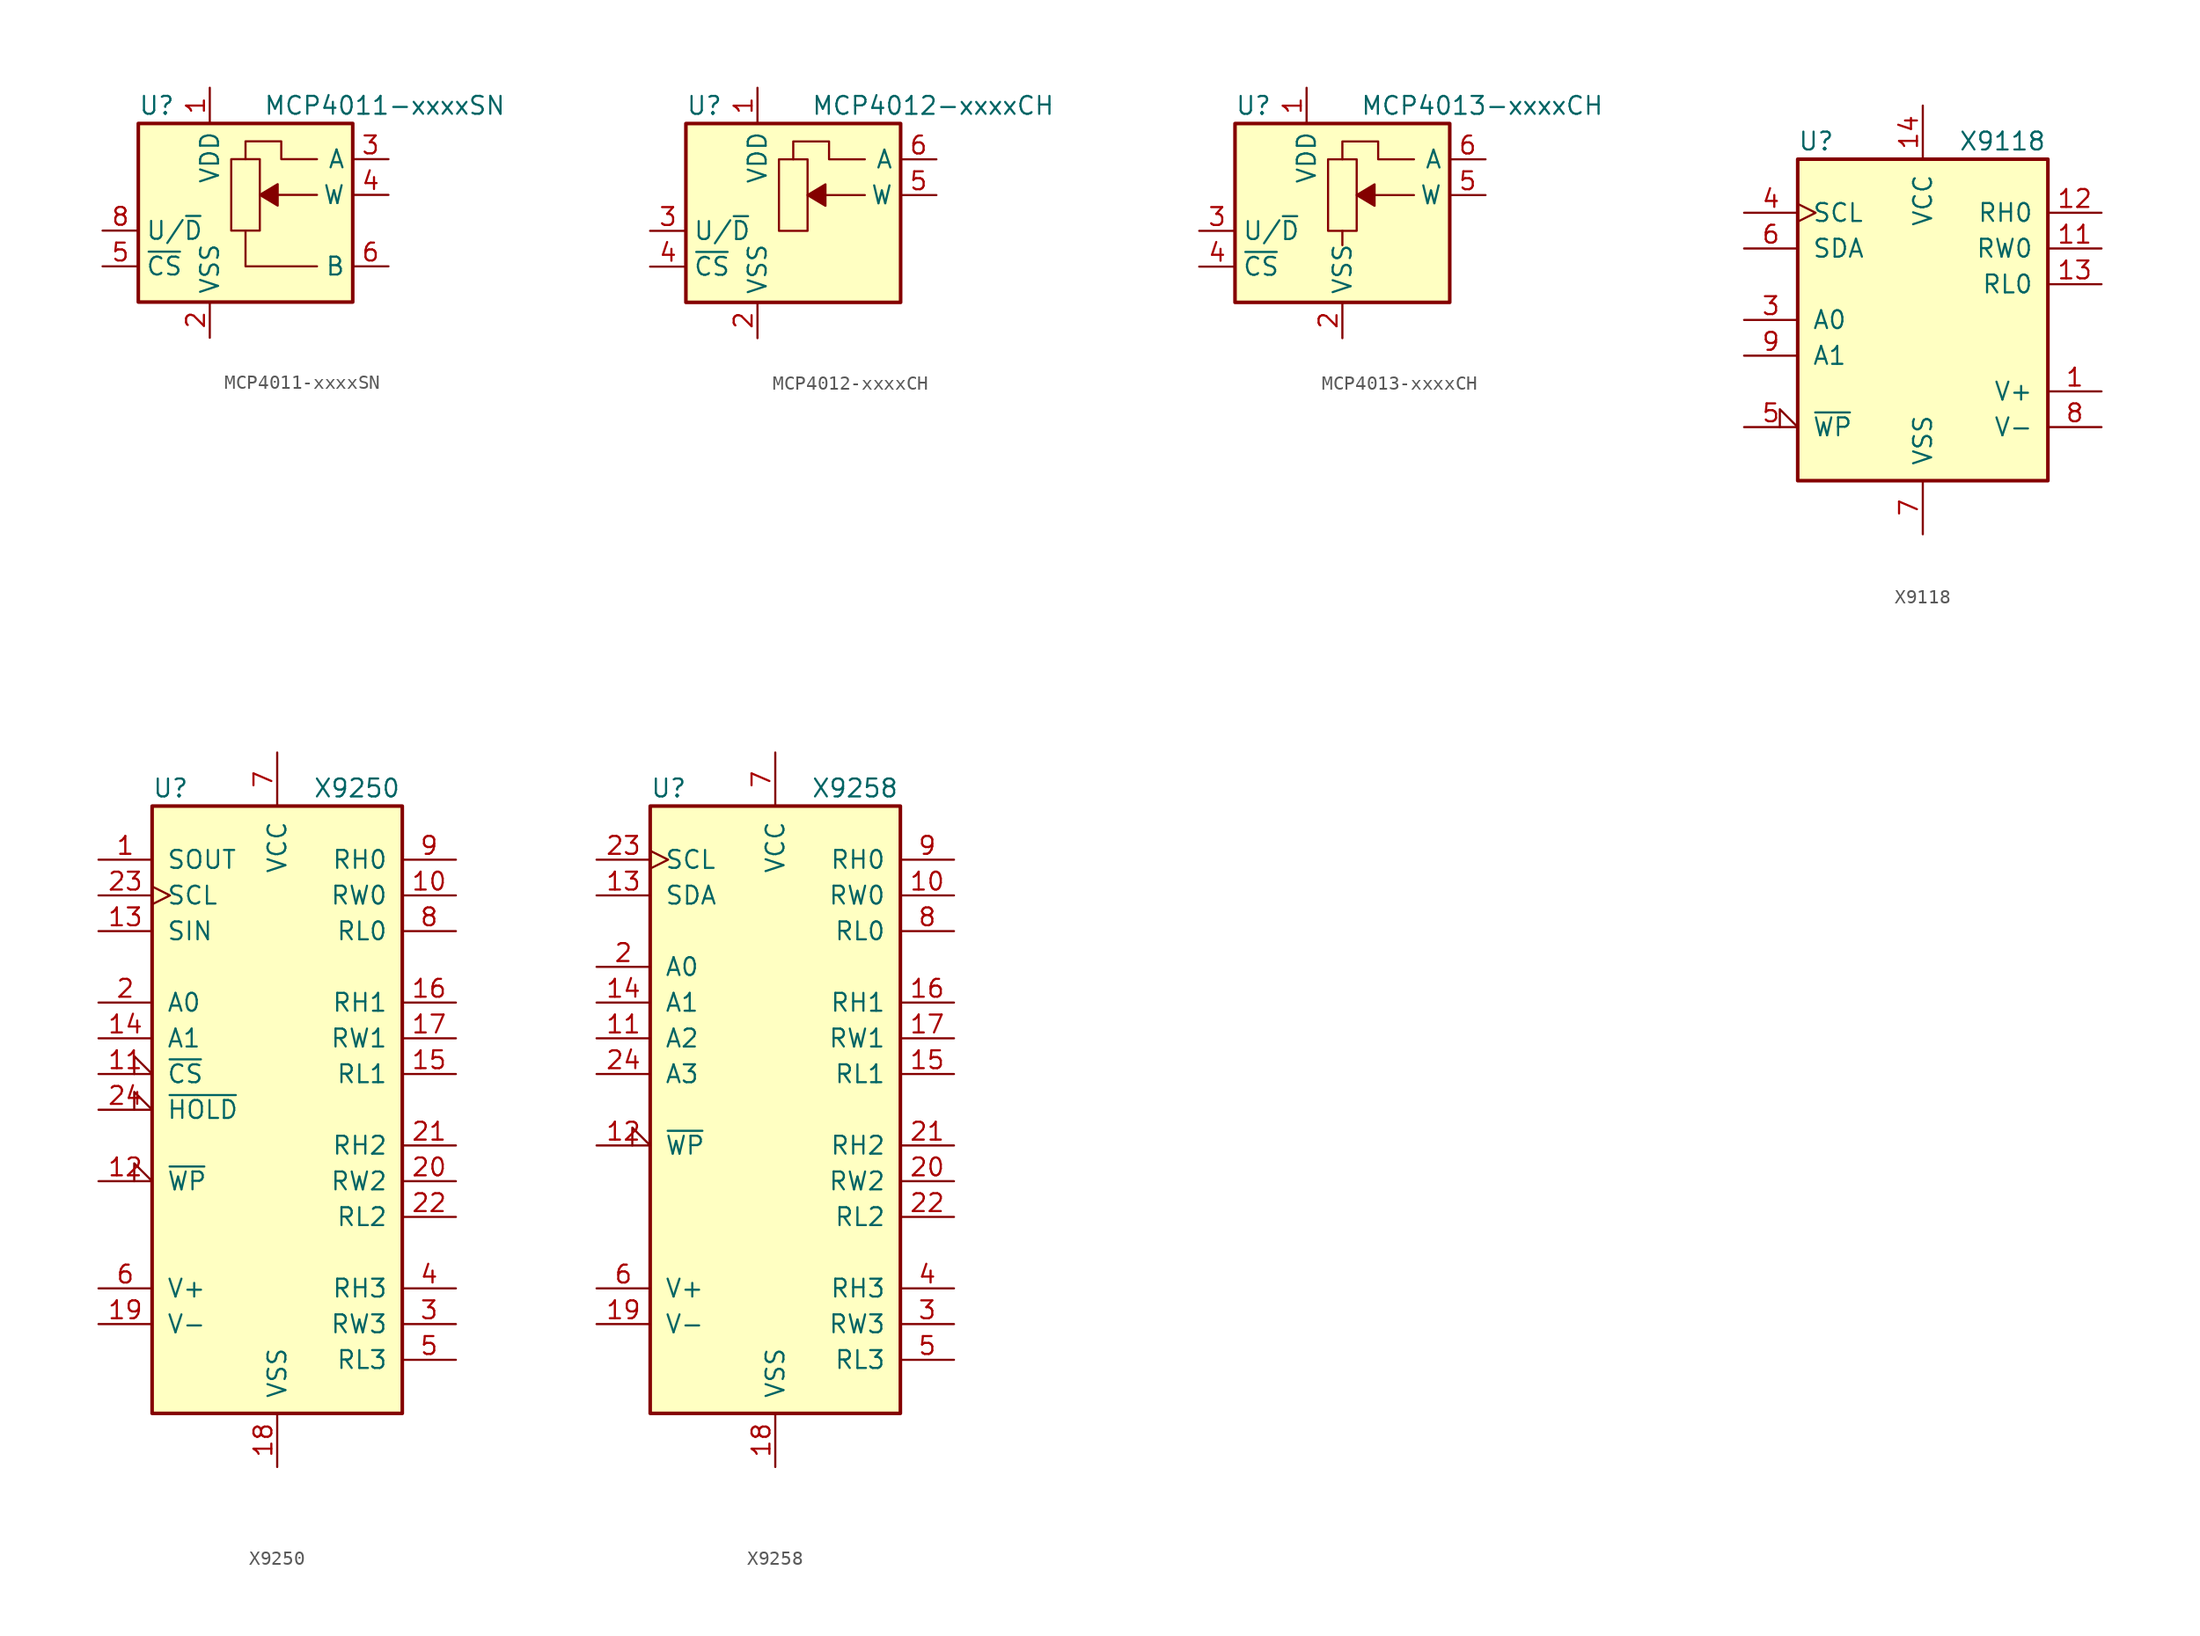
<source format=kicad_sym>
(kicad_symbol_lib
  (version 20201005)
  (generator kicad_symbol_editor)
  (symbol "MCP4011-xxxxSN"
    (property "Reference" "U"
      (at -7.62 8.89 0)
      (effects (font (size 1.27 1.27)) (justify left)))
    (property "Value" "MCP4011-xxxxSN"
      (at 1.27 8.89 0)
      (effects (font (size 1.27 1.27)) (justify left)))
    (symbol "MCP4011-xxxxSN_0_1"
      (polyline (pts (xy 0 0) (xy 0 -2.54) (xy 5.08 -2.54)) (stroke (width 0)) (fill (type none)))
      (polyline (pts (xy 5.08 2.54) (xy 3.81 2.54) (xy 1.27 2.54)) (stroke (width 0)) (fill (type none)))
      (polyline (pts (xy 5.08 5.08) (xy 2.54 5.08) (xy 2.54 6.35) (xy 0 6.35) (xy 0 5.08)) (stroke (width 0)) (fill (type none))))
    (symbol "MCP4011-xxxxSN_1_1"
      (rectangle (start -7.62 7.62) (end 7.62 -5.08) (stroke (width 0.254)) (fill (type background)))
      (rectangle (start 1.016 0) (end -1.016 5.08) (stroke (width 0)) (fill (type none)))
      (polyline (pts (xy 2.286 1.778) (xy 2.286 3.302) (xy 1.016 2.54) (xy 2.286 1.778)) (stroke (width 0)) (fill (type outline)))
      (pin power_in line (at -2.54 10.16 270) (length 2.54) (name "VDD" (effects (font (size 1.27 1.27)))) (number "1" (effects (font (size 1.27 1.27)))))
      (pin power_in line (at -2.54 -7.62 90) (length 2.54) (name "VSS" (effects (font (size 1.27 1.27)))) (number "2" (effects (font (size 1.27 1.27)))))
      (pin passive line (at 10.16 5.08 180) (length 2.54) (name "A" (effects (font (size 1.27 1.27)))) (number "3" (effects (font (size 1.27 1.27)))))
      (pin passive line (at 10.16 2.54 180) (length 2.54) (name "W" (effects (font (size 1.27 1.27)))) (number "4" (effects (font (size 1.27 1.27)))))
      (pin input line (at -10.16 -2.54 0) (length 2.54) (name "~CS" (effects (font (size 1.27 1.27)))) (number "5" (effects (font (size 1.27 1.27)))))
      (pin passive line (at 10.16 -2.54 180) (length 2.54) (name "B" (effects (font (size 1.27 1.27)))) (number "6" (effects (font (size 1.27 1.27)))))
      (pin no_connect line (at -7.62 5.08 0) (length 2.54) hide (name "NC" (effects (font (size 1.27 1.27)))) (number "7" (effects (font (size 1.27 1.27)))))
      (pin input line (at -10.16 0 0) (length 2.54) (name "U/~D" (effects (font (size 1.27 1.27)))) (number "8" (effects (font (size 1.27 1.27)))))))
  (symbol "MCP4012-xxxxCH"
    (property "Reference" "U"
      (at -7.62 8.89 0)
      (effects (font (size 1.27 1.27)) (justify left)))
    (property "Value" "MCP4012-xxxxCH"
      (at 1.27 8.89 0)
      (effects (font (size 1.27 1.27)) (justify left)))
    (symbol "MCP4012-xxxxCH_0_1"
      (rectangle (start 1.016 0) (end -1.016 5.08) (stroke (width 0)) (fill (type none)))
      (polyline (pts (xy 5.08 2.54) (xy 3.81 2.54) (xy 1.27 2.54)) (stroke (width 0)) (fill (type none)))
      (polyline (pts (xy 2.286 1.778) (xy 2.286 3.302) (xy 1.016 2.54) (xy 2.286 1.778)) (stroke (width 0)) (fill (type outline)))
      (polyline (pts (xy 5.08 5.08) (xy 2.54 5.08) (xy 2.54 6.35) (xy 0 6.35) (xy 0 5.08)) (stroke (width 0)) (fill (type none))))
    (symbol "MCP4012-xxxxCH_1_1"
      (rectangle (start -7.62 7.62) (end 7.62 -5.08) (stroke (width 0.254)) (fill (type background)))
      (pin power_in line (at -2.54 10.16 270) (length 2.54) (name "VDD" (effects (font (size 1.27 1.27)))) (number "1" (effects (font (size 1.27 1.27)))))
      (pin power_in line (at -2.54 -7.62 90) (length 2.54) (name "VSS" (effects (font (size 1.27 1.27)))) (number "2" (effects (font (size 1.27 1.27)))))
      (pin input line (at -10.16 0 0) (length 2.54) (name "U/~D" (effects (font (size 1.27 1.27)))) (number "3" (effects (font (size 1.27 1.27)))))
      (pin input line (at -10.16 -2.54 0) (length 2.54) (name "~CS" (effects (font (size 1.27 1.27)))) (number "4" (effects (font (size 1.27 1.27)))))
      (pin passive line (at 10.16 2.54 180) (length 2.54) (name "W" (effects (font (size 1.27 1.27)))) (number "5" (effects (font (size 1.27 1.27)))))
      (pin passive line (at 10.16 5.08 180) (length 2.54) (name "A" (effects (font (size 1.27 1.27)))) (number "6" (effects (font (size 1.27 1.27)))))))
  (symbol "MCP4013-xxxxCH"
    (property "Reference" "U"
      (at -7.62 8.89 0)
      (effects (font (size 1.27 1.27)) (justify left)))
    (property "Value" "MCP4013-xxxxCH"
      (at 1.27 8.89 0)
      (effects (font (size 1.27 1.27)) (justify left)))
    (symbol "MCP4013-xxxxCH_0_1"
      (polyline (pts (xy 0 0) (xy 0 -1.016)) (stroke (width 0)) (fill (type none)))
      (polyline (pts (xy 5.08 5.08) (xy 2.54 5.08) (xy 2.54 6.35) (xy 0 6.35) (xy 0 5.08)) (stroke (width 0)) (fill (type none))))
    (symbol "MCP4013-xxxxCH_1_1"
      (rectangle (start -7.62 7.62) (end 7.62 -5.08) (stroke (width 0.254)) (fill (type background)))
      (rectangle (start 1.016 0) (end -1.016 5.08) (stroke (width 0)) (fill (type none)))
      (polyline (pts (xy 5.08 2.54) (xy 2.286 2.54)) (stroke (width 0)) (fill (type none)))
      (polyline (pts (xy 2.286 1.778) (xy 2.286 3.302) (xy 1.016 2.54) (xy 2.286 1.778)) (stroke (width 0)) (fill (type outline)))
      (pin power_in line (at -2.54 10.16 270) (length 2.54) (name "VDD" (effects (font (size 1.27 1.27)))) (number "1" (effects (font (size 1.27 1.27)))))
      (pin power_in line (at 0 -7.62 90) (length 2.54) (name "VSS" (effects (font (size 1.27 1.27)))) (number "2" (effects (font (size 1.27 1.27)))))
      (pin input line (at -10.16 0 0) (length 2.54) (name "U/~D" (effects (font (size 1.27 1.27)))) (number "3" (effects (font (size 1.27 1.27)))))
      (pin input line (at -10.16 -2.54 0) (length 2.54) (name "~CS" (effects (font (size 1.27 1.27)))) (number "4" (effects (font (size 1.27 1.27)))))
      (pin passive line (at 10.16 2.54 180) (length 2.54) (name "W" (effects (font (size 1.27 1.27)))) (number "5" (effects (font (size 1.27 1.27)))))
      (pin passive line (at 10.16 5.08 180) (length 2.54) (name "A" (effects (font (size 1.27 1.27)))) (number "6" (effects (font (size 1.27 1.27)))))))
  (symbol "X9118"
    (pin_names
      (offset 1.016))
    (property "Reference" "U"
      (at -8.89 12.7 0)
      (effects (font (size 1.27 1.27)) (justify left)))
    (property "Value" "X9118"
      (at 2.54 12.7 0)
      (effects (font (size 1.27 1.27)) (justify left)))
    (symbol "X9118_0_0"
      (pin passive line (at 12.7 -5.08 180) (length 3.81) (name "V+" (effects (font (size 1.27 1.27)))) (number "1" (effects (font (size 1.27 1.27)))))
      (pin power_in line (at 0 15.24 270) (length 3.81) (name "VCC" (effects (font (size 1.27 1.27)))) (number "14" (effects (font (size 1.27 1.27)))))
      (pin input line (at -12.7 0 0) (length 3.81) (name "A0" (effects (font (size 1.27 1.27)))) (number "3" (effects (font (size 1.27 1.27)))))
      (pin input clock (at -12.7 7.62 0) (length 3.81) (name "SCL" (effects (font (size 1.27 1.27)))) (number "4" (effects (font (size 1.27 1.27)))))
      (pin bidirectional line (at -12.7 5.08 0) (length 3.81) (name "SDA" (effects (font (size 1.27 1.27)))) (number "6" (effects (font (size 1.27 1.27)))))
      (pin power_in line (at 0 -15.24 90) (length 3.81) (name "VSS" (effects (font (size 1.27 1.27)))) (number "7" (effects (font (size 1.27 1.27)))))
      (pin passive line (at 12.7 -7.62 180) (length 3.81) (name "V-" (effects (font (size 1.27 1.27)))) (number "8" (effects (font (size 1.27 1.27)))))
      (pin input line (at -12.7 -2.54 0) (length 3.81) (name "A1" (effects (font (size 1.27 1.27)))) (number "9" (effects (font (size 1.27 1.27))))))
    (symbol "X9118_0_1"
      (rectangle (start -8.89 11.43) (end 8.89 -11.43) (stroke (width 0.254)) (fill (type background))))
    (symbol "X9118_1_1"
      (pin passive line (at 12.7 5.08 180) (length 3.81) (name "RW0" (effects (font (size 1.27 1.27)))) (number "11" (effects (font (size 1.27 1.27)))))
      (pin passive line (at 12.7 7.62 180) (length 3.81) (name "RH0" (effects (font (size 1.27 1.27)))) (number "12" (effects (font (size 1.27 1.27)))))
      (pin passive line (at 12.7 2.54 180) (length 3.81) (name "RL0" (effects (font (size 1.27 1.27)))) (number "13" (effects (font (size 1.27 1.27)))))
      (pin input input_low (at -12.7 -7.62 0) (length 3.81) (name "~WP" (effects (font (size 1.27 1.27)))) (number "5" (effects (font (size 1.27 1.27)))))))
  (symbol "X9250"
    (pin_names
      (offset 1.016))
    (property "Reference" "U"
      (at -8.89 22.86 0)
      (effects (font (size 1.27 1.27)) (justify left)))
    (property "Value" "X9250"
      (at 2.54 22.86 0)
      (effects (font (size 1.27 1.27)) (justify left)))
    (symbol "X9250_0_0"
      (pin input input_low (at -12.7 2.54 0) (length 3.81) (name "~CS" (effects (font (size 1.27 1.27)))) (number "11" (effects (font (size 1.27 1.27)))))
      (pin input line (at -12.7 12.7 0) (length 3.81) (name "SIN" (effects (font (size 1.27 1.27)))) (number "13" (effects (font (size 1.27 1.27)))))
      (pin input line (at -12.7 5.08 0) (length 3.81) (name "A1" (effects (font (size 1.27 1.27)))) (number "14" (effects (font (size 1.27 1.27)))))
      (pin power_in line (at 0 -25.4 90) (length 3.81) (name "VSS" (effects (font (size 1.27 1.27)))) (number "18" (effects (font (size 1.27 1.27)))))
      (pin passive line (at -12.7 -15.24 0) (length 3.81) (name "V-" (effects (font (size 1.27 1.27)))) (number "19" (effects (font (size 1.27 1.27)))))
      (pin input line (at -12.7 7.62 0) (length 3.81) (name "A0" (effects (font (size 1.27 1.27)))) (number "2" (effects (font (size 1.27 1.27)))))
      (pin input clock (at -12.7 15.24 0) (length 3.81) (name "SCL" (effects (font (size 1.27 1.27)))) (number "23" (effects (font (size 1.27 1.27)))))
      (pin input input_low (at -12.7 0 0) (length 3.81) (name "~HOLD" (effects (font (size 1.27 1.27)))) (number "24" (effects (font (size 1.27 1.27)))))
      (pin passive line (at -12.7 -12.7 0) (length 3.81) (name "V+" (effects (font (size 1.27 1.27)))) (number "6" (effects (font (size 1.27 1.27)))))
      (pin power_in line (at 0 25.4 270) (length 3.81) (name "VCC" (effects (font (size 1.27 1.27)))) (number "7" (effects (font (size 1.27 1.27))))))
    (symbol "X9250_0_1"
      (rectangle (start -8.89 21.59) (end 8.89 -21.59) (stroke (width 0.254)) (fill (type background))))
    (symbol "X9250_1_1"
      (pin output line (at -12.7 17.78 0) (length 3.81) (name "SOUT" (effects (font (size 1.27 1.27)))) (number "1" (effects (font (size 1.27 1.27)))))
      (pin passive line (at 12.7 15.24 180) (length 3.81) (name "RW0" (effects (font (size 1.27 1.27)))) (number "10" (effects (font (size 1.27 1.27)))))
      (pin input input_low (at -12.7 -5.08 0) (length 3.81) (name "~WP" (effects (font (size 1.27 1.27)))) (number "12" (effects (font (size 1.27 1.27)))))
      (pin passive line (at 12.7 2.54 180) (length 3.81) (name "RL1" (effects (font (size 1.27 1.27)))) (number "15" (effects (font (size 1.27 1.27)))))
      (pin passive line (at 12.7 7.62 180) (length 3.81) (name "RH1" (effects (font (size 1.27 1.27)))) (number "16" (effects (font (size 1.27 1.27)))))
      (pin passive line (at 12.7 5.08 180) (length 3.81) (name "RW1" (effects (font (size 1.27 1.27)))) (number "17" (effects (font (size 1.27 1.27)))))
      (pin passive line (at 12.7 -5.08 180) (length 3.81) (name "RW2" (effects (font (size 1.27 1.27)))) (number "20" (effects (font (size 1.27 1.27)))))
      (pin passive line (at 12.7 -2.54 180) (length 3.81) (name "RH2" (effects (font (size 1.27 1.27)))) (number "21" (effects (font (size 1.27 1.27)))))
      (pin passive line (at 12.7 -7.62 180) (length 3.81) (name "RL2" (effects (font (size 1.27 1.27)))) (number "22" (effects (font (size 1.27 1.27)))))
      (pin passive line (at 12.7 -15.24 180) (length 3.81) (name "RW3" (effects (font (size 1.27 1.27)))) (number "3" (effects (font (size 1.27 1.27)))))
      (pin passive line (at 12.7 -12.7 180) (length 3.81) (name "RH3" (effects (font (size 1.27 1.27)))) (number "4" (effects (font (size 1.27 1.27)))))
      (pin passive line (at 12.7 -17.78 180) (length 3.81) (name "RL3" (effects (font (size 1.27 1.27)))) (number "5" (effects (font (size 1.27 1.27)))))
      (pin passive line (at 12.7 12.7 180) (length 3.81) (name "RL0" (effects (font (size 1.27 1.27)))) (number "8" (effects (font (size 1.27 1.27)))))
      (pin passive line (at 12.7 17.78 180) (length 3.81) (name "RH0" (effects (font (size 1.27 1.27)))) (number "9" (effects (font (size 1.27 1.27)))))))
  (symbol "X9258"
    (pin_names
      (offset 1.016))
    (property "Reference" "U"
      (at -8.89 22.86 0)
      (effects (font (size 1.27 1.27)) (justify left)))
    (property "Value" "X9258"
      (at 2.54 22.86 0)
      (effects (font (size 1.27 1.27)) (justify left)))
    (symbol "X9258_0_0"
      (pin input line (at -12.7 5.08 0) (length 3.81) (name "A2" (effects (font (size 1.27 1.27)))) (number "11" (effects (font (size 1.27 1.27)))))
      (pin bidirectional line (at -12.7 15.24 0) (length 3.81) (name "SDA" (effects (font (size 1.27 1.27)))) (number "13" (effects (font (size 1.27 1.27)))))
      (pin input line (at -12.7 7.62 0) (length 3.81) (name "A1" (effects (font (size 1.27 1.27)))) (number "14" (effects (font (size 1.27 1.27)))))
      (pin power_in line (at 0 -25.4 90) (length 3.81) (name "VSS" (effects (font (size 1.27 1.27)))) (number "18" (effects (font (size 1.27 1.27)))))
      (pin passive line (at -12.7 -15.24 0) (length 3.81) (name "V-" (effects (font (size 1.27 1.27)))) (number "19" (effects (font (size 1.27 1.27)))))
      (pin input line (at -12.7 10.16 0) (length 3.81) (name "A0" (effects (font (size 1.27 1.27)))) (number "2" (effects (font (size 1.27 1.27)))))
      (pin input clock (at -12.7 17.78 0) (length 3.81) (name "SCL" (effects (font (size 1.27 1.27)))) (number "23" (effects (font (size 1.27 1.27)))))
      (pin input line (at -12.7 2.54 0) (length 3.81) (name "A3" (effects (font (size 1.27 1.27)))) (number "24" (effects (font (size 1.27 1.27)))))
      (pin passive line (at -12.7 -12.7 0) (length 3.81) (name "V+" (effects (font (size 1.27 1.27)))) (number "6" (effects (font (size 1.27 1.27)))))
      (pin power_in line (at 0 25.4 270) (length 3.81) (name "VCC" (effects (font (size 1.27 1.27)))) (number "7" (effects (font (size 1.27 1.27))))))
    (symbol "X9258_0_1"
      (rectangle (start -8.89 21.59) (end 8.89 -21.59) (stroke (width 0.254)) (fill (type background))))
    (symbol "X9258_1_1"
      (pin passive line (at 12.7 15.24 180) (length 3.81) (name "RW0" (effects (font (size 1.27 1.27)))) (number "10" (effects (font (size 1.27 1.27)))))
      (pin input input_low (at -12.7 -2.54 0) (length 3.81) (name "~WP" (effects (font (size 1.27 1.27)))) (number "12" (effects (font (size 1.27 1.27)))))
      (pin passive line (at 12.7 2.54 180) (length 3.81) (name "RL1" (effects (font (size 1.27 1.27)))) (number "15" (effects (font (size 1.27 1.27)))))
      (pin passive line (at 12.7 7.62 180) (length 3.81) (name "RH1" (effects (font (size 1.27 1.27)))) (number "16" (effects (font (size 1.27 1.27)))))
      (pin passive line (at 12.7 5.08 180) (length 3.81) (name "RW1" (effects (font (size 1.27 1.27)))) (number "17" (effects (font (size 1.27 1.27)))))
      (pin passive line (at 12.7 -5.08 180) (length 3.81) (name "RW2" (effects (font (size 1.27 1.27)))) (number "20" (effects (font (size 1.27 1.27)))))
      (pin passive line (at 12.7 -2.54 180) (length 3.81) (name "RH2" (effects (font (size 1.27 1.27)))) (number "21" (effects (font (size 1.27 1.27)))))
      (pin passive line (at 12.7 -7.62 180) (length 3.81) (name "RL2" (effects (font (size 1.27 1.27)))) (number "22" (effects (font (size 1.27 1.27)))))
      (pin passive line (at 12.7 -15.24 180) (length 3.81) (name "RW3" (effects (font (size 1.27 1.27)))) (number "3" (effects (font (size 1.27 1.27)))))
      (pin passive line (at 12.7 -12.7 180) (length 3.81) (name "RH3" (effects (font (size 1.27 1.27)))) (number "4" (effects (font (size 1.27 1.27)))))
      (pin passive line (at 12.7 -17.78 180) (length 3.81) (name "RL3" (effects (font (size 1.27 1.27)))) (number "5" (effects (font (size 1.27 1.27)))))
      (pin passive line (at 12.7 12.7 180) (length 3.81) (name "RL0" (effects (font (size 1.27 1.27)))) (number "8" (effects (font (size 1.27 1.27)))))
      (pin passive line (at 12.7 17.78 180) (length 3.81) (name "RH0" (effects (font (size 1.27 1.27)))) (number "9" (effects (font (size 1.27 1.27))))))))
</source>
